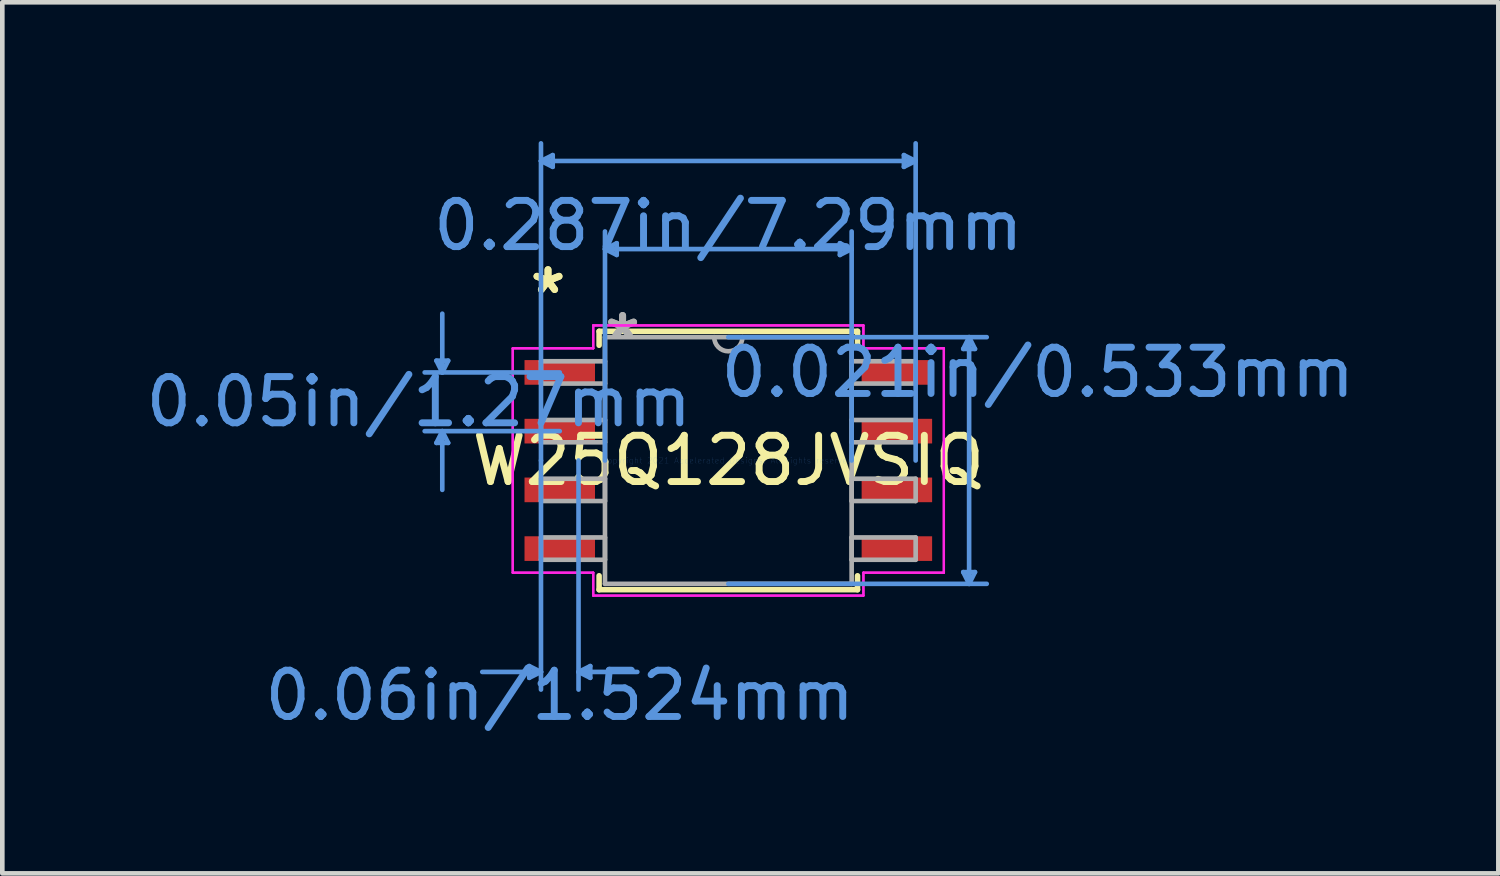
<source format=kicad_pcb>
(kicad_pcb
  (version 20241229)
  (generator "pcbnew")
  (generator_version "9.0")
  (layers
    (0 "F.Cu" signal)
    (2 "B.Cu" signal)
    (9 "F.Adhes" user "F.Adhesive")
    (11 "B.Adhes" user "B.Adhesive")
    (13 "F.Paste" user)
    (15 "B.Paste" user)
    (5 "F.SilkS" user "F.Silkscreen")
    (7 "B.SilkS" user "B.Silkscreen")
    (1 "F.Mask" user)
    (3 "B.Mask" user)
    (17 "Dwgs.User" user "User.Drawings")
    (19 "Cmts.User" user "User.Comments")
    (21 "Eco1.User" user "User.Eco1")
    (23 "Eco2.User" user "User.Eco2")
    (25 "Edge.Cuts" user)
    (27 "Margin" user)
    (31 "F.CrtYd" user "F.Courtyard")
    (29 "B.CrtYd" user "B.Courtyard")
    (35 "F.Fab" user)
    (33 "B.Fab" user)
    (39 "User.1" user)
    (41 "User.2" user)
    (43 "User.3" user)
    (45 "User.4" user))
  (footprint "W25Q128JVSIQ"
    (layer "F.Cu")
    (at 12.699 6.908)
    (property "Reference" "W25Q128JVSIQ" (at 0 0 0) (layer "F.SilkS") (effects (font (size 1 1) (thickness 0.15))))
    (attr through_hole)
    (fp_line (start -2.794 -2.794) (end -2.794 -2.492) (stroke (width 0.12) (type solid)) (layer "F.SilkS"))
    (fp_line (start -2.794 2.492) (end -2.794 2.794) (stroke (width 0.12) (type solid)) (layer "F.SilkS"))
    (fp_line (start -2.794 2.794) (end 2.794 2.794) (stroke (width 0.12) (type solid)) (layer "F.SilkS"))
    (fp_line (start 2.794 -2.794) (end -2.794 -2.794) (stroke (width 0.12) (type solid)) (layer "F.SilkS"))
    (fp_line (start 2.794 -2.492) (end 2.794 -2.794) (stroke (width 0.12) (type solid)) (layer "F.SilkS"))
    (fp_line (start 2.794 2.794) (end 2.794 2.492) (stroke (width 0.12) (type solid)) (layer "F.SilkS"))
    (fp_line (start -6.312 -2.159) (end -6.058 -2.159) (stroke (width 0.1) (type solid)) (layer "Cmts.User"))
    (fp_line (start -6.312 -0.381) (end -6.058 -0.381) (stroke (width 0.1) (type solid)) (layer "Cmts.User"))
    (fp_line (start -6.185 -1.905) (end -6.312 -2.159) (stroke (width 0.1) (type solid)) (layer "Cmts.User"))
    (fp_line (start -6.185 -1.905) (end -6.185 -3.175) (stroke (width 0.1) (type solid)) (layer "Cmts.User"))
    (fp_line (start -6.185 -1.905) (end -6.058 -2.159) (stroke (width 0.1) (type solid)) (layer "Cmts.User"))
    (fp_line (start -6.185 -0.635) (end -6.312 -0.381) (stroke (width 0.1) (type solid)) (layer "Cmts.User"))
    (fp_line (start -6.185 -0.635) (end -6.185 0.635) (stroke (width 0.1) (type solid)) (layer "Cmts.User"))
    (fp_line (start -6.185 -0.635) (end -6.058 -0.381) (stroke (width 0.1) (type solid)) (layer "Cmts.User"))
    (fp_line (start -4.305 4.445) (end -4.305 4.699) (stroke (width 0.1) (type solid)) (layer "Cmts.User"))
    (fp_line (start -4.051 -6.477) (end -3.797 -6.604) (stroke (width 0.1) (type solid)) (layer "Cmts.User"))
    (fp_line (start -4.051 -6.477) (end -3.797 -6.35) (stroke (width 0.1) (type solid)) (layer "Cmts.User"))
    (fp_line (start -4.051 -6.477) (end 4.051 -6.477) (stroke (width 0.1) (type solid)) (layer "Cmts.User"))
    (fp_line (start -4.051 0) (end -4.051 -6.858) (stroke (width 0.1) (type solid)) (layer "Cmts.User"))
    (fp_line (start -4.051 0) (end -4.051 4.953) (stroke (width 0.1) (type solid)) (layer "Cmts.User"))
    (fp_line (start -4.051 4.572) (end -5.321 4.572) (stroke (width 0.1) (type solid)) (layer "Cmts.User"))
    (fp_line (start -4.051 4.572) (end -4.305 4.445) (stroke (width 0.1) (type solid)) (layer "Cmts.User"))
    (fp_line (start -4.051 4.572) (end -4.305 4.699) (stroke (width 0.1) (type solid)) (layer "Cmts.User"))
    (fp_line (start -3.797 -6.604) (end -3.797 -6.35) (stroke (width 0.1) (type solid)) (layer "Cmts.User"))
    (fp_line (start -3.645 -1.905) (end -6.566 -1.905) (stroke (width 0.1) (type solid)) (layer "Cmts.User"))
    (fp_line (start -3.645 -0.635) (end -6.566 -0.635) (stroke (width 0.1) (type solid)) (layer "Cmts.User"))
    (fp_line (start -3.239 0) (end -3.239 4.953) (stroke (width 0.1) (type solid)) (layer "Cmts.User"))
    (fp_line (start -3.239 4.572) (end -2.985 4.445) (stroke (width 0.1) (type solid)) (layer "Cmts.User"))
    (fp_line (start -3.239 4.572) (end -2.985 4.699) (stroke (width 0.1) (type solid)) (layer "Cmts.User"))
    (fp_line (start -3.239 4.572) (end -1.968 4.572) (stroke (width 0.1) (type solid)) (layer "Cmts.User"))
    (fp_line (start -2.985 4.445) (end -2.985 4.699) (stroke (width 0.1) (type solid)) (layer "Cmts.User"))
    (fp_line (start -2.667 -4.572) (end -2.413 -4.699) (stroke (width 0.1) (type solid)) (layer "Cmts.User"))
    (fp_line (start -2.667 -4.572) (end -2.413 -4.445) (stroke (width 0.1) (type solid)) (layer "Cmts.User"))
    (fp_line (start -2.667 -4.572) (end 2.667 -4.572) (stroke (width 0.1) (type solid)) (layer "Cmts.User"))
    (fp_line (start -2.667 0) (end -2.667 -4.953) (stroke (width 0.1) (type solid)) (layer "Cmts.User"))
    (fp_line (start -2.413 -4.699) (end -2.413 -4.445) (stroke (width 0.1) (type solid)) (layer "Cmts.User"))
    (fp_line (start 0 -2.667) (end 5.588 -2.667) (stroke (width 0.1) (type solid)) (layer "Cmts.User"))
    (fp_line (start 0 2.667) (end 5.588 2.667) (stroke (width 0.1) (type solid)) (layer "Cmts.User"))
    (fp_line (start 2.413 -4.699) (end 2.413 -4.445) (stroke (width 0.1) (type solid)) (layer "Cmts.User"))
    (fp_line (start 2.667 -4.572) (end 2.413 -4.699) (stroke (width 0.1) (type solid)) (layer "Cmts.User"))
    (fp_line (start 2.667 -4.572) (end 2.413 -4.445) (stroke (width 0.1) (type solid)) (layer "Cmts.User"))
    (fp_line (start 2.667 0) (end 2.667 -4.953) (stroke (width 0.1) (type solid)) (layer "Cmts.User"))
    (fp_line (start 3.797 -6.604) (end 3.797 -6.35) (stroke (width 0.1) (type solid)) (layer "Cmts.User"))
    (fp_line (start 4.051 -6.477) (end 3.797 -6.604) (stroke (width 0.1) (type solid)) (layer "Cmts.User"))
    (fp_line (start 4.051 -6.477) (end 3.797 -6.35) (stroke (width 0.1) (type solid)) (layer "Cmts.User"))
    (fp_line (start 4.051 0) (end 4.051 -6.858) (stroke (width 0.1) (type solid)) (layer "Cmts.User"))
    (fp_line (start 5.08 -2.413) (end 5.334 -2.413) (stroke (width 0.1) (type solid)) (layer "Cmts.User"))
    (fp_line (start 5.08 2.413) (end 5.334 2.413) (stroke (width 0.1) (type solid)) (layer "Cmts.User"))
    (fp_line (start 5.207 -2.667) (end 5.08 -2.413) (stroke (width 0.1) (type solid)) (layer "Cmts.User"))
    (fp_line (start 5.207 -2.667) (end 5.207 2.667) (stroke (width 0.1) (type solid)) (layer "Cmts.User"))
    (fp_line (start 5.207 -2.667) (end 5.334 -2.413) (stroke (width 0.1) (type solid)) (layer "Cmts.User"))
    (fp_line (start 5.207 2.667) (end 5.08 2.413) (stroke (width 0.1) (type solid)) (layer "Cmts.User"))
    (fp_line (start 5.207 2.667) (end 5.334 2.413) (stroke (width 0.1) (type solid)) (layer "Cmts.User"))
    (fp_line (start -4.661 -2.426) (end -2.921 -2.426) (stroke (width 0.05) (type solid)) (layer "F.CrtYd"))
    (fp_line (start -4.661 -2.426) (end -2.921 -2.426) (stroke (width 0.05) (type solid)) (layer "F.CrtYd"))
    (fp_line (start -4.661 2.426) (end -4.661 -2.426) (stroke (width 0.05) (type solid)) (layer "F.CrtYd"))
    (fp_line (start -4.661 2.426) (end -4.661 -2.426) (stroke (width 0.05) (type solid)) (layer "F.CrtYd"))
    (fp_line (start -4.661 2.426) (end -2.921 2.426) (stroke (width 0.05) (type solid)) (layer "F.CrtYd"))
    (fp_line (start -2.921 -2.921) (end 2.921 -2.921) (stroke (width 0.05) (type solid)) (layer "F.CrtYd"))
    (fp_line (start -2.921 -2.921) (end 2.921 -2.921) (stroke (width 0.05) (type solid)) (layer "F.CrtYd"))
    (fp_line (start -2.921 -2.426) (end -2.921 -2.921) (stroke (width 0.05) (type solid)) (layer "F.CrtYd"))
    (fp_line (start -2.921 -2.426) (end -2.921 -2.921) (stroke (width 0.05) (type solid)) (layer "F.CrtYd"))
    (fp_line (start -2.921 2.426) (end -4.661 2.426) (stroke (width 0.05) (type solid)) (layer "F.CrtYd"))
    (fp_line (start -2.921 2.921) (end -2.921 2.426) (stroke (width 0.05) (type solid)) (layer "F.CrtYd"))
    (fp_line (start -2.921 2.921) (end -2.921 2.426) (stroke (width 0.05) (type solid)) (layer "F.CrtYd"))
    (fp_line (start 2.921 -2.921) (end 2.921 -2.426) (stroke (width 0.05) (type solid)) (layer "F.CrtYd"))
    (fp_line (start 2.921 -2.921) (end 2.921 -2.426) (stroke (width 0.05) (type solid)) (layer "F.CrtYd"))
    (fp_line (start 2.921 -2.426) (end 4.661 -2.426) (stroke (width 0.05) (type solid)) (layer "F.CrtYd"))
    (fp_line (start 2.921 2.426) (end 2.921 2.921) (stroke (width 0.05) (type solid)) (layer "F.CrtYd"))
    (fp_line (start 2.921 2.426) (end 2.921 2.921) (stroke (width 0.05) (type solid)) (layer "F.CrtYd"))
    (fp_line (start 2.921 2.921) (end -2.921 2.921) (stroke (width 0.05) (type solid)) (layer "F.CrtYd"))
    (fp_line (start 2.921 2.921) (end -2.921 2.921) (stroke (width 0.05) (type solid)) (layer "F.CrtYd"))
    (fp_line (start 4.661 -2.426) (end 2.921 -2.426) (stroke (width 0.05) (type solid)) (layer "F.CrtYd"))
    (fp_line (start 4.661 -2.426) (end 4.661 2.426) (stroke (width 0.05) (type solid)) (layer "F.CrtYd"))
    (fp_line (start 4.661 -2.426) (end 4.661 2.426) (stroke (width 0.05) (type solid)) (layer "F.CrtYd"))
    (fp_line (start 4.661 2.426) (end 2.921 2.426) (stroke (width 0.05) (type solid)) (layer "F.CrtYd"))
    (fp_line (start 4.661 2.426) (end 2.921 2.426) (stroke (width 0.05) (type solid)) (layer "F.CrtYd"))
    (fp_line (start -4.051 -2.146) (end -4.051 -1.664) (stroke (width 0.1) (type solid)) (layer "F.Fab"))
    (fp_line (start -4.051 -1.664) (end -2.667 -1.664) (stroke (width 0.1) (type solid)) (layer "F.Fab"))
    (fp_line (start -4.051 -0.876) (end -4.051 -0.394) (stroke (width 0.1) (type solid)) (layer "F.Fab"))
    (fp_line (start -4.051 -0.394) (end -2.667 -0.394) (stroke (width 0.1) (type solid)) (layer "F.Fab"))
    (fp_line (start -4.051 0.394) (end -4.051 0.876) (stroke (width 0.1) (type solid)) (layer "F.Fab"))
    (fp_line (start -4.051 0.876) (end -2.667 0.876) (stroke (width 0.1) (type solid)) (layer "F.Fab"))
    (fp_line (start -4.051 1.664) (end -4.051 2.146) (stroke (width 0.1) (type solid)) (layer "F.Fab"))
    (fp_line (start -4.051 2.146) (end -2.667 2.146) (stroke (width 0.1) (type solid)) (layer "F.Fab"))
    (fp_line (start -2.667 -2.667) (end -2.667 2.667) (stroke (width 0.1) (type solid)) (layer "F.Fab"))
    (fp_line (start -2.667 -2.146) (end -4.051 -2.146) (stroke (width 0.1) (type solid)) (layer "F.Fab"))
    (fp_line (start -2.667 -1.664) (end -2.667 -2.146) (stroke (width 0.1) (type solid)) (layer "F.Fab"))
    (fp_line (start -2.667 -0.876) (end -4.051 -0.876) (stroke (width 0.1) (type solid)) (layer "F.Fab"))
    (fp_line (start -2.667 -0.394) (end -2.667 -0.876) (stroke (width 0.1) (type solid)) (layer "F.Fab"))
    (fp_line (start -2.667 0.394) (end -4.051 0.394) (stroke (width 0.1) (type solid)) (layer "F.Fab"))
    (fp_line (start -2.667 0.876) (end -2.667 0.394) (stroke (width 0.1) (type solid)) (layer "F.Fab"))
    (fp_line (start -2.667 1.664) (end -4.051 1.664) (stroke (width 0.1) (type solid)) (layer "F.Fab"))
    (fp_line (start -2.667 2.146) (end -2.667 1.664) (stroke (width 0.1) (type solid)) (layer "F.Fab"))
    (fp_line (start -2.667 2.667) (end 2.667 2.667) (stroke (width 0.1) (type solid)) (layer "F.Fab"))
    (fp_line (start 2.667 -2.667) (end -2.667 -2.667) (stroke (width 0.1) (type solid)) (layer "F.Fab"))
    (fp_line (start 2.667 -2.146) (end 2.667 -1.664) (stroke (width 0.1) (type solid)) (layer "F.Fab"))
    (fp_line (start 2.667 -1.664) (end 4.051 -1.664) (stroke (width 0.1) (type solid)) (layer "F.Fab"))
    (fp_line (start 2.667 -0.876) (end 2.667 -0.394) (stroke (width 0.1) (type solid)) (layer "F.Fab"))
    (fp_line (start 2.667 -0.394) (end 4.051 -0.394) (stroke (width 0.1) (type solid)) (layer "F.Fab"))
    (fp_line (start 2.667 0.394) (end 2.667 0.876) (stroke (width 0.1) (type solid)) (layer "F.Fab"))
    (fp_line (start 2.667 0.876) (end 4.051 0.876) (stroke (width 0.1) (type solid)) (layer "F.Fab"))
    (fp_line (start 2.667 1.664) (end 2.667 2.146) (stroke (width 0.1) (type solid)) (layer "F.Fab"))
    (fp_line (start 2.667 2.146) (end 4.051 2.146) (stroke (width 0.1) (type solid)) (layer "F.Fab"))
    (fp_line (start 2.667 2.667) (end 2.667 -2.667) (stroke (width 0.1) (type solid)) (layer "F.Fab"))
    (fp_line (start 4.051 -2.146) (end 2.667 -2.146) (stroke (width 0.1) (type solid)) (layer "F.Fab"))
    (fp_line (start 4.051 -1.664) (end 4.051 -2.146) (stroke (width 0.1) (type solid)) (layer "F.Fab"))
    (fp_line (start 4.051 -0.876) (end 2.667 -0.876) (stroke (width 0.1) (type solid)) (layer "F.Fab"))
    (fp_line (start 4.051 -0.394) (end 4.051 -0.876) (stroke (width 0.1) (type solid)) (layer "F.Fab"))
    (fp_line (start 4.051 0.394) (end 2.667 0.394) (stroke (width 0.1) (type solid)) (layer "F.Fab"))
    (fp_line (start 4.051 0.876) (end 4.051 0.394) (stroke (width 0.1) (type solid)) (layer "F.Fab"))
    (fp_line (start 4.051 1.664) (end 2.667 1.664) (stroke (width 0.1) (type solid)) (layer "F.Fab"))
    (fp_line (start 4.051 2.146) (end 4.051 1.664) (stroke (width 0.1) (type solid)) (layer "F.Fab"))
    (fp_arc (start 0.3048 -2.667) (mid 0 -2.3622) (end -0.3048 -2.667) (stroke (width 0.1) (type solid)) (layer "F.Fab"))
    (fp_text user "*" (at -3.899 -3.581 0) (layer "F.SilkS") (effects (font (size 1 1) (thickness 0.15))))
    (fp_text user "*" (at -3.899 -3.581 0) (layer "F.SilkS") (effects (font (size 1 1) (thickness 0.15))))
    (fp_text user "0.021in/0.533mm" (at 6.693 -1.905 0) (layer "Cmts.User") (effects (font (size 1 1) (thickness 0.15))))
    (fp_text user "0.287in/7.29mm" (at 0 -5.08 0) (layer "Cmts.User") (effects (font (size 1 1) (thickness 0.15))))
    (fp_text user "Copyright 2021 Accelerated Designs. All rights reserved." (at 0 0 0) (layer "Cmts.User") (effects (font (size 0.127 0.127) (thickness 0.002))))
    (fp_text user "0.06in/1.524mm" (at -3.645 5.08 0) (layer "Cmts.User") (effects (font (size 1 1) (thickness 0.15))))
    (fp_text user "0.05in/1.27mm" (at -6.693 -1.27 0) (layer "Cmts.User") (effects (font (size 1 1) (thickness 0.15))))
    (fp_text user "*" (at -2.286 -2.591 0) (layer "F.Fab") (effects (font (size 1 1) (thickness 0.15))))
    (fp_text user "*" (at -2.286 -2.591 0) (layer "F.Fab") (effects (font (size 1 1) (thickness 0.15))))
    (pad "1" smd rect (at -3.645 -1.905) (size 1.524 0.533) (layers "F.Cu" "F.Mask" "F.Paste"))
    (pad "2" smd rect (at -3.645 -0.635) (size 1.524 0.533) (layers "F.Cu" "F.Mask" "F.Paste"))
    (pad "3" smd rect (at -3.645 0.635) (size 1.524 0.533) (layers "F.Cu" "F.Mask" "F.Paste"))
    (pad "4" smd rect (at -3.645 1.905) (size 1.524 0.533) (layers "F.Cu" "F.Mask" "F.Paste"))
    (pad "5" smd rect (at 3.645 1.905) (size 1.524 0.533) (layers "F.Cu" "F.Mask" "F.Paste"))
    (pad "6" smd rect (at 3.645 0.635) (size 1.524 0.533) (layers "F.Cu" "F.Mask" "F.Paste"))
    (pad "7" smd rect (at 3.645 -0.635) (size 1.524 0.533) (layers "F.Cu" "F.Mask" "F.Paste"))
    (pad "8" smd rect (at 3.645 -1.905) (size 1.524 0.533) (layers "F.Cu" "F.Mask" "F.Paste")))
  (gr_rect
    (start -3 -3)
    (end 29.35 15.836)
    (stroke (width 0.1) (type default))
    (fill no)
    (layer "Edge.Cuts")))
</source>
